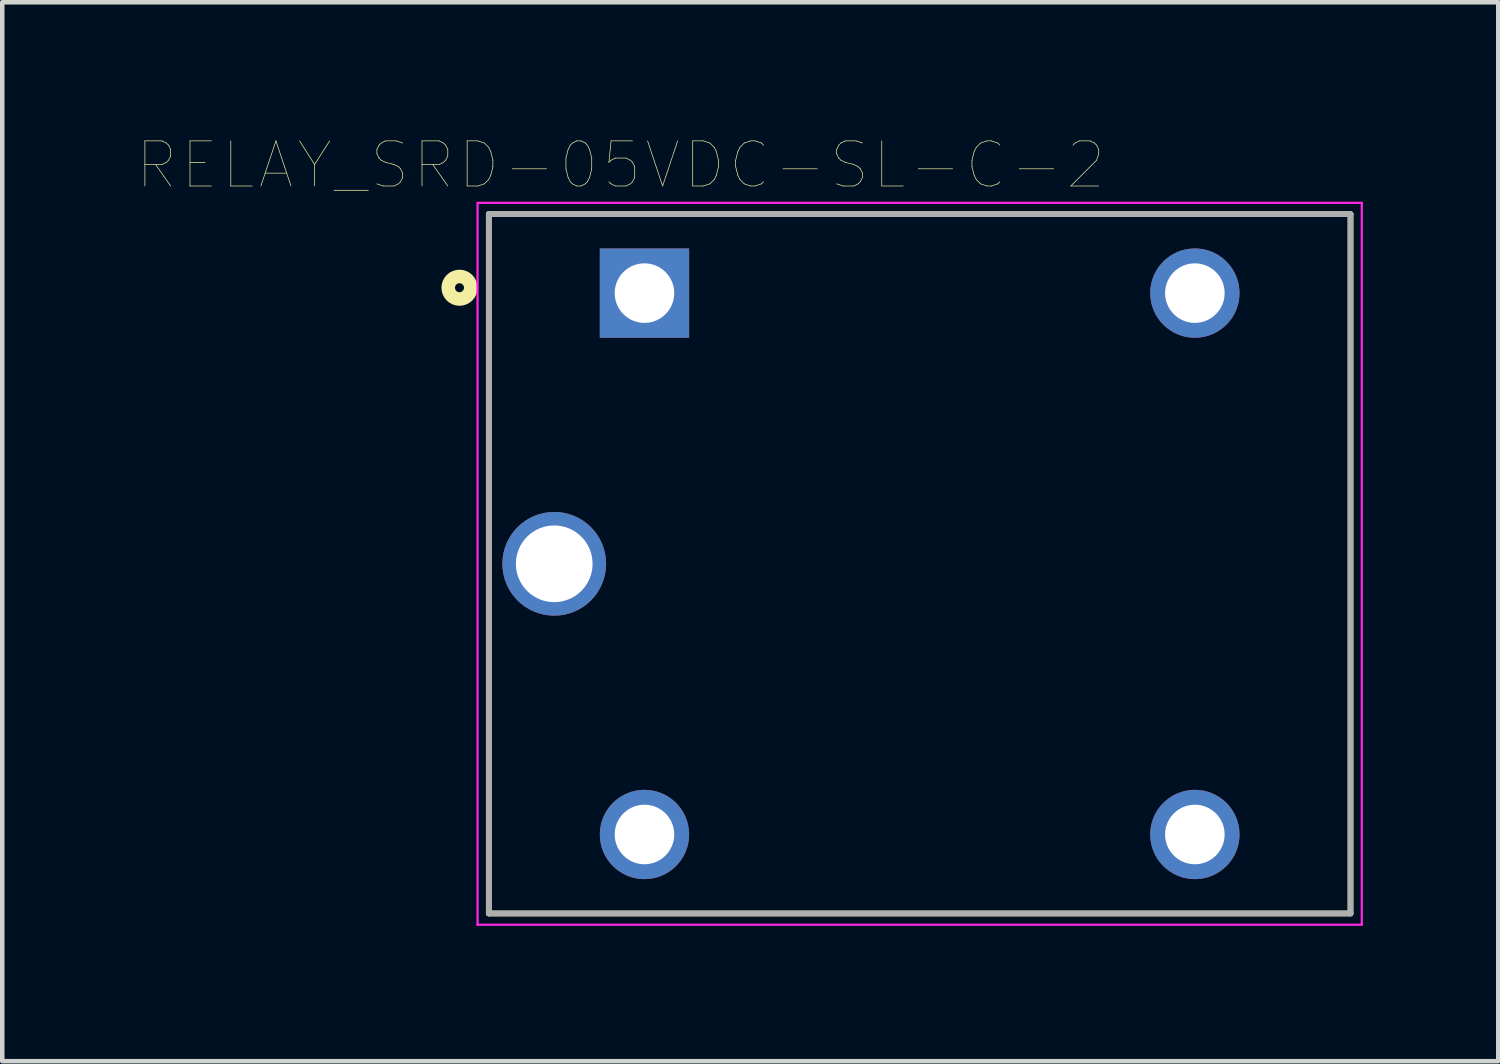
<source format=kicad_pcb>
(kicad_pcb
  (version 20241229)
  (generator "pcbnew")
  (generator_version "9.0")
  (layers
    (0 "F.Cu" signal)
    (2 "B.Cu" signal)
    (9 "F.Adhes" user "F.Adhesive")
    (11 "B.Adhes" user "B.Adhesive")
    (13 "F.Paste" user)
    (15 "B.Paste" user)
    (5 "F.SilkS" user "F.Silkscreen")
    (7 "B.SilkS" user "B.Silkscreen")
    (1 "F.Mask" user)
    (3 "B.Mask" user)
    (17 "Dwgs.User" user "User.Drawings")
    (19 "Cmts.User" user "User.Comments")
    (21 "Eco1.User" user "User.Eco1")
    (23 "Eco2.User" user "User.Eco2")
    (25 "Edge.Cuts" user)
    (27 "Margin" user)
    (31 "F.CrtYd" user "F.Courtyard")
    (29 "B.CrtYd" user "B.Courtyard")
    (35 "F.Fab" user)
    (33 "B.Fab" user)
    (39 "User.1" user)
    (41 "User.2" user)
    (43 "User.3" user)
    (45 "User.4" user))
  (footprint "RELAY_SRD-05VDC-SL-C-2"
    (layer "F.Cu")
    (at 17.335 9.447)
    (property "Reference" "RELAY_SRD-05VDC-SL-C-2" (at -6.626 -8.836 0) (layer "F.SilkS") (effects (font (size 1 1) (thickness 0.015))))
    (attr through_hole)
    (fp_line (start -9.55 -7.75) (end 9.55 -7.75) (stroke (width 0.127) (type solid)) (layer "F.SilkS"))
    (fp_line (start -9.55 7.75) (end -9.55 -7.75) (stroke (width 0.127) (type solid)) (layer "F.SilkS"))
    (fp_line (start 9.55 -7.75) (end 9.55 7.75) (stroke (width 0.127) (type solid)) (layer "F.SilkS"))
    (fp_line (start 9.55 7.75) (end -9.55 7.75) (stroke (width 0.127) (type solid)) (layer "F.SilkS"))
    (fp_circle (center -10.2 -6.119) (end -10.1 -6.119) (stroke (width 0.3) (type solid)) (fill no) (layer "F.SilkS"))
    (fp_line (start -9.8 -8) (end 9.8 -8) (stroke (width 0.05) (type solid)) (layer "F.CrtYd"))
    (fp_line (start -9.8 8) (end -9.8 -8) (stroke (width 0.05) (type solid)) (layer "F.CrtYd"))
    (fp_line (start 9.8 -8) (end 9.8 8) (stroke (width 0.05) (type solid)) (layer "F.CrtYd"))
    (fp_line (start 9.8 8) (end -9.8 8) (stroke (width 0.05) (type solid)) (layer "F.CrtYd"))
    (fp_line (start -9.55 -7.75) (end 9.55 -7.75) (stroke (width 0.127) (type solid)) (layer "F.Fab"))
    (fp_line (start -9.55 7.75) (end -9.55 -7.75) (stroke (width 0.127) (type solid)) (layer "F.Fab"))
    (fp_line (start 9.55 -7.75) (end 9.55 7.75) (stroke (width 0.127) (type solid)) (layer "F.Fab"))
    (fp_line (start 9.55 7.75) (end -9.55 7.75) (stroke (width 0.127) (type solid)) (layer "F.Fab"))
    (pad "A1" thru_hole rect (at -6.1 -6) (size 1.98 1.98) (drill 1.32) (layers "*.Cu" "*.Mask"))
    (pad "A2" thru_hole circle (at -6.1 6) (size 1.98 1.98) (drill 1.32) (layers "*.Cu" "*.Mask"))
    (pad "COM" thru_hole circle (at -8.1 0) (size 2.3 2.3) (drill 1.7) (layers "*.Cu" "*.Mask"))
    (pad "NC" thru_hole circle (at 6.1 -6) (size 1.98 1.98) (drill 1.32) (layers "*.Cu" "*.Mask"))
    (pad "NO" thru_hole circle (at 6.1 6) (size 1.98 1.98) (drill 1.32) (layers "*.Cu" "*.Mask")))
  (gr_rect
    (start -3 -3)
    (end 30.16 20.472)
    (stroke (width 0.1) (type default))
    (fill no)
    (layer "Edge.Cuts")))
</source>
